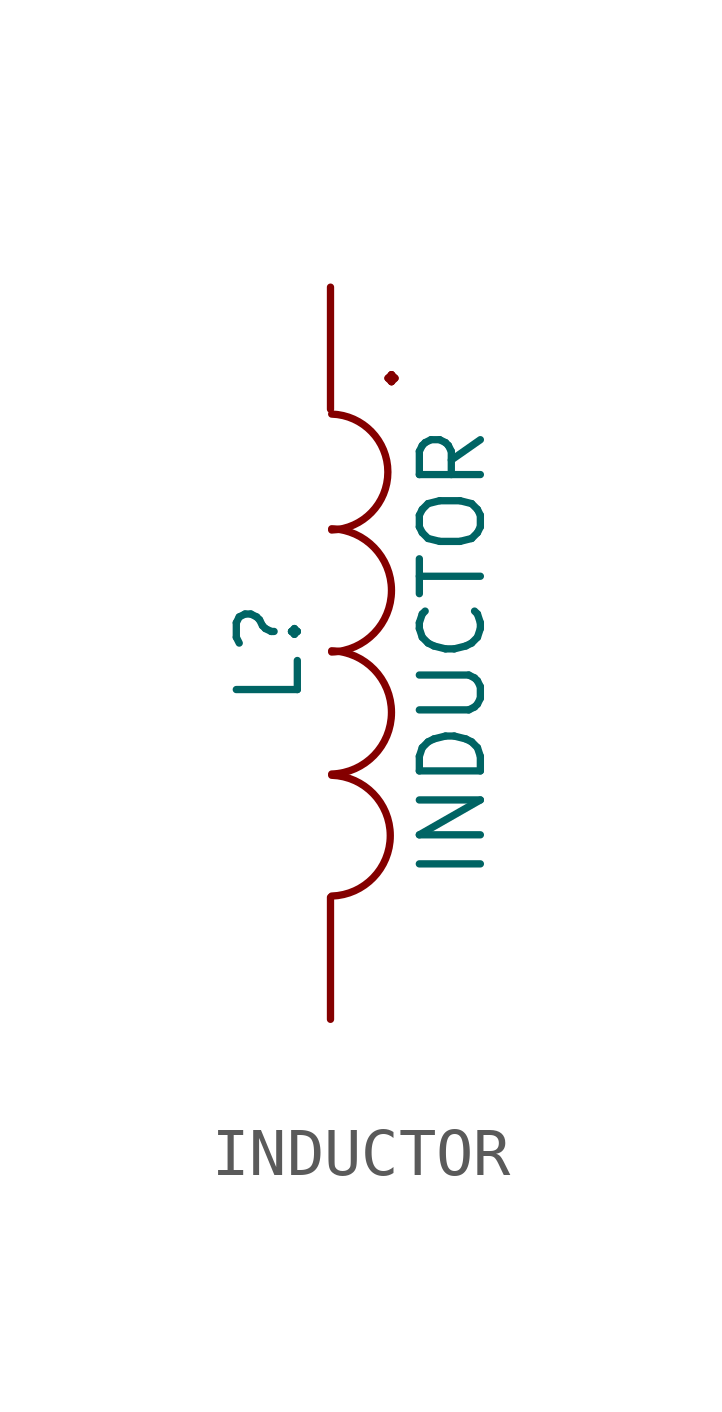
<source format=kicad_sym>
(kicad_symbol_lib
  (version 20211014)
  (generator kicad_symbol_editor)
  (symbol "INDUCTOR"
    (pin_numbers hide)
    (pin_names
      (offset 1.016) hide)
    (property "Reference" "L"
      (at -1.27 0 90)
      (effects (font (size 1.27 1.27))))
    (property "Value" "INDUCTOR"
      (at 2.54 0 90)
      (effects (font (size 1.27 1.27))))
    (property "Footprint" ""
      (at 0 0 0)
      (effects (font (size 1.27 1.27))))
    (property "Datasheet" ""
      (at 0 0 0)
      (effects (font (size 1.27 1.27))))
    (symbol "INDUCTOR_0_0"
      (text "." (at 1.27 6.35 0) (effects (font (size 1.524 1.524)))))
    (symbol "INDUCTOR_0_1"
      (arc (start 0.0254 -5.0546) (mid 1.245 -3.7973) (end 0.0254 -2.54) (stroke (width 0) (type default) (color 0 0 0 0)) (fill (type none)))
      (arc (start 0.0254 -2.5146) (mid 1.2704 -1.2319) (end 0.0254 0.0508) (stroke (width 0) (type default) (color 0 0 0 0)) (fill (type none)))
      (arc (start 0.0254 0.0254) (mid 1.2704 1.3081) (end 0.0254 2.5908) (stroke (width 0) (type default) (color 0 0 0 0)) (fill (type none)))
      (arc (start 0.0254 2.5654) (mid 1.1942 3.7719) (end 0.0254 4.9784) (stroke (width 0) (type default) (color 0 0 0 0)) (fill (type none))))
    (symbol "INDUCTOR_1_1"
      (pin passive line (at 0 7.62 270) (length 2.54) (name "1" (effects (font (size 1.27 1.27)))) (number "1" (effects (font (size 1.27 1.27)))))
      (pin passive line (at 0 -7.62 90) (length 2.54) (name "2" (effects (font (size 1.27 1.27)))) (number "2" (effects (font (size 1.27 1.27))))))))
</source>
